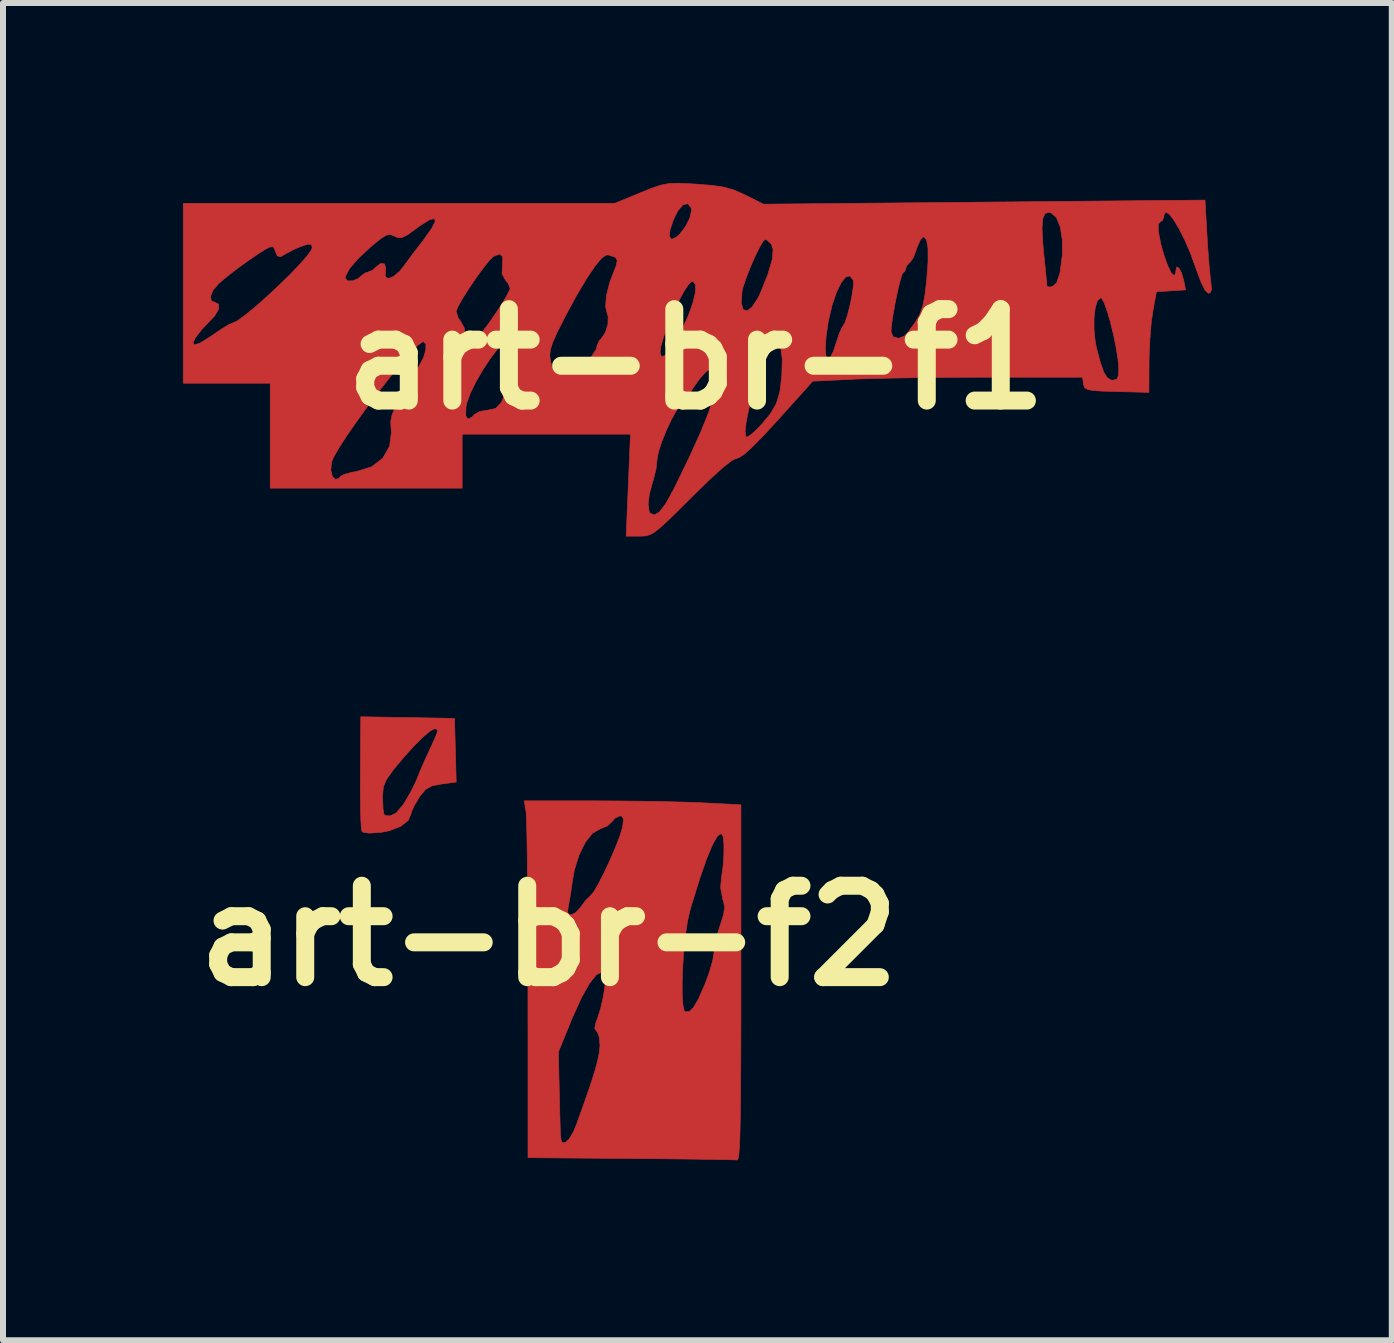
<source format=kicad_pcb>
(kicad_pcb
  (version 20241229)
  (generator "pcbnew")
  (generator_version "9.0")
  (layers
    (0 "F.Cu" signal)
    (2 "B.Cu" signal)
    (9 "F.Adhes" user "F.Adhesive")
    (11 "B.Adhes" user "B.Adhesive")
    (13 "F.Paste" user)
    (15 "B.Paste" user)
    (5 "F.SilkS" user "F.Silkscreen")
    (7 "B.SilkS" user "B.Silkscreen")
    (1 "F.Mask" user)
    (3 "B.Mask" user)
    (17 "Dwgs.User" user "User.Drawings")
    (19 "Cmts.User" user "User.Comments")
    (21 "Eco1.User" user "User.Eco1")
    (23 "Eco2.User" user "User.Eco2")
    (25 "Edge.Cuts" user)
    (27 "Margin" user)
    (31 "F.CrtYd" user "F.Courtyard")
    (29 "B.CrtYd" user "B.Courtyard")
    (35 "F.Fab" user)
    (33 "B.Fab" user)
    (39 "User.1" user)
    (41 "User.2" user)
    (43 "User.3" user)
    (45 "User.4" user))
  (footprint "art-br-f2"
    (layer "F.Cu")
    (at 6.103 12.552)
    (property "Reference" "art-br-f2" (at 0 0 0) (layer "F.SilkS") (effects (font (size 1.524 1.524) (thickness 0.3))))
    (attr through_hole)
    (fp_poly (pts (xy -2.356 -3.639) (xy -1.575 -3.625) (xy -1.547 -2.563) (xy -1.792 -2.531) (xy -1.953 -2.499) (xy -2.057 -2.441) (xy -2.15 -2.329) (xy -2.169 -2.3) (xy -2.247 -2.169) (xy -2.294 -2.064) (xy -2.3 -2.035) (xy -2.347 -1.923) (xy -2.473 -1.825) (xy -2.66 -1.752) (xy -2.806 -1.724) (xy -2.993 -1.712) (xy -3.101 -1.727) (xy -3.12 -1.742) (xy -3.13 -1.807) (xy -3.138 -1.955) (xy -3.143 -2.169) (xy -3.145 -2.337) (xy -2.775 -2.337) (xy -2.773 -2.275) (xy -2.767 -2.117) (xy -2.756 -2.035) (xy -2.731 -2.004) (xy -2.681 -2) (xy -2.649 -2) (xy -2.549 -2.047) (xy -2.432 -2.184) (xy -2.405 -2.226) (xy -2.309 -2.391) (xy -2.228 -2.552) (xy -2.202 -2.613) (xy -2.15 -2.744) (xy -2.072 -2.923) (xy -1.996 -3.088) (xy -1.913 -3.268) (xy -1.869 -3.375) (xy -1.858 -3.429) (xy -1.877 -3.448) (xy -1.914 -3.45) (xy -1.984 -3.413) (xy -2.1 -3.314) (xy -2.247 -3.169) (xy -2.408 -2.992) (xy -2.568 -2.801) (xy -2.608 -2.75) (xy -2.712 -2.603) (xy -2.762 -2.48) (xy -2.775 -2.337) (xy -3.145 -2.337) (xy -3.146 -2.433) (xy -3.145 -2.724) (xy -3.138 -3.652) (xy -2.356 -3.639)) (stroke (width 0.01) (type solid)) (fill yes) (layer "F.Cu"))
    (fp_poly (pts (xy 0.756 -2.25) (xy 1.136 -2.248) (xy 1.527 -2.244) (xy 1.903 -2.238) (xy 2.238 -2.229) (xy 2.506 -2.22) (xy 2.562 -2.217) (xy 3.2 -2.185) (xy 3.2 0.783) (xy 3.2 1.425) (xy 3.198 1.974) (xy 3.196 2.435) (xy 3.193 2.815) (xy 3.188 3.119) (xy 3.182 3.356) (xy 3.174 3.529) (xy 3.165 3.647) (xy 3.153 3.714) (xy 3.14 3.738) (xy 3.138 3.738) (xy 3.074 3.735) (xy 2.923 3.731) (xy 2.696 3.727) (xy 2.405 3.723) (xy 2.061 3.719) (xy 1.678 3.715) (xy 1.363 3.713) (xy -0.35 3.699) (xy -0.35 1.938) (xy 0.156 1.938) (xy 0.173 2.656) (xy 0.18 2.957) (xy 0.186 3.172) (xy 0.192 3.315) (xy 0.201 3.4) (xy 0.214 3.44) (xy 0.233 3.451) (xy 0.26 3.446) (xy 0.279 3.441) (xy 0.337 3.388) (xy 0.407 3.268) (xy 0.457 3.15) (xy 0.591 2.774) (xy 0.693 2.479) (xy 0.766 2.25) (xy 0.813 2.076) (xy 0.84 1.942) (xy 0.85 1.837) (xy 0.85 1.821) (xy 0.837 1.683) (xy 0.805 1.599) (xy 0.791 1.589) (xy 0.762 1.547) (xy 0.782 1.447) (xy 0.811 1.371) (xy 0.863 1.204) (xy 0.909 0.997) (xy 0.912 0.972) (xy 2.221 0.972) (xy 2.231 1.145) (xy 2.253 1.248) (xy 2.27 1.267) (xy 2.338 1.263) (xy 2.411 1.193) (xy 2.495 1.047) (xy 2.597 0.814) (xy 2.602 0.804) (xy 2.674 0.606) (xy 2.727 0.424) (xy 2.75 0.291) (xy 2.75 0.281) (xy 2.767 0.146) (xy 2.81 -0.035) (xy 2.853 -0.172) (xy 2.909 -0.349) (xy 2.928 -0.47) (xy 2.911 -0.569) (xy 2.897 -0.608) (xy 2.861 -0.804) (xy 2.875 -0.963) (xy 2.903 -1.161) (xy 2.916 -1.359) (xy 2.916 -1.533) (xy 2.902 -1.657) (xy 2.875 -1.706) (xy 2.811 -1.666) (xy 2.73 -1.528) (xy 2.632 -1.295) (xy 2.518 -0.969) (xy 2.388 -0.551) (xy 2.349 -0.419) (xy 2.309 -0.243) (xy 2.276 -0.018) (xy 2.249 0.235) (xy 2.231 0.498) (xy 2.221 0.75) (xy 2.221 0.972) (xy 0.912 0.972) (xy 0.926 0.887) (xy 0.942 0.722) (xy 0.936 0.634) (xy 0.906 0.602) (xy 0.887 0.6) (xy 0.791 0.648) (xy 0.676 0.792) (xy 0.543 1.028) (xy 0.395 1.354) (xy 0.363 1.431) (xy 0.156 1.938) (xy -0.35 1.938) (xy -0.351 0.912) (xy -0.351 0.387) (xy -0.353 -0.112) (xy -0.354 -0.386) (xy 0.31 -0.386) (xy 0.351 -0.351) (xy 0.368 -0.35) (xy 0.448 -0.389) (xy 0.532 -0.483) (xy 0.535 -0.487) (xy 0.618 -0.598) (xy 0.692 -0.668) (xy 0.747 -0.735) (xy 0.827 -0.872) (xy 0.921 -1.056) (xy 1.018 -1.264) (xy 1.108 -1.473) (xy 1.18 -1.659) (xy 1.223 -1.799) (xy 1.227 -1.816) (xy 1.242 -1.939) (xy 1.22 -1.992) (xy 1.182 -2) (xy 1.097 -1.96) (xy 1.054 -1.907) (xy 0.971 -1.83) (xy 0.853 -1.783) (xy 0.727 -1.711) (xy 0.605 -1.559) (xy 0.501 -1.347) (xy 0.422 -1.094) (xy 0.392 -0.925) (xy 0.365 -0.737) (xy 0.337 -0.569) (xy 0.321 -0.487) (xy 0.31 -0.386) (xy -0.354 -0.386) (xy -0.355 -0.576) (xy -0.359 -0.994) (xy -0.363 -1.358) (xy -0.368 -1.657) (xy -0.373 -1.882) (xy -0.379 -2.022) (xy -0.382 -2.063) (xy -0.413 -2.25) (xy 0.756 -2.25)) (stroke (width 0.01) (type solid)) (fill yes) (layer "F.Cu")))
  (footprint "art-br-f1"
    (layer "F.Cu")
    (at 8.555 2.939)
    (property "Reference" "art-br-f1" (at 0 0 0) (layer "F.SilkS") (effects (font (size 1.524 1.524) (thickness 0.3))))
    (attr through_hole)
    (fp_poly (pts (xy -0.107 -2.926) (xy 0.011 -2.918) (xy 0.27 -2.898) (xy 0.463 -2.869) (xy 0.621 -2.825) (xy 0.778 -2.758) (xy 0.825 -2.735) (xy 1.125 -2.585) (xy 4.805 -2.619) (xy 8.485 -2.653) (xy 8.518 -2.069) (xy 8.534 -1.816) (xy 8.552 -1.581) (xy 8.57 -1.392) (xy 8.582 -1.292) (xy 8.594 -1.162) (xy 8.57 -1.107) (xy 8.542 -1.1) (xy 8.488 -1.147) (xy 8.42 -1.283) (xy 8.34 -1.498) (xy 8.335 -1.512) (xy 8.247 -1.756) (xy 8.151 -1.98) (xy 8.054 -2.174) (xy 7.963 -2.325) (xy 7.886 -2.422) (xy 7.83 -2.454) (xy 7.802 -2.408) (xy 7.8 -2.375) (xy 7.773 -2.308) (xy 7.75 -2.3) (xy 7.708 -2.256) (xy 7.707 -2.128) (xy 7.748 -1.923) (xy 7.802 -1.73) (xy 7.866 -1.552) (xy 7.924 -1.437) (xy 7.971 -1.395) (xy 7.997 -1.435) (xy 8 -1.485) (xy 8.015 -1.54) (xy 8.05 -1.519) (xy 8.093 -1.44) (xy 8.128 -1.32) (xy 8.13 -1.314) (xy 8.161 -1.156) (xy 7.675 -1.125) (xy 7.615 -0.8) (xy 7.588 -0.602) (xy 7.567 -0.347) (xy 7.554 -0.077) (xy 7.552 0.039) (xy 7.55 0.553) (xy 7.013 0.539) (xy 6.775 0.532) (xy 6.62 0.522) (xy 6.528 0.505) (xy 6.482 0.478) (xy 6.463 0.436) (xy 6.459 0.412) (xy 6.443 0.3) (xy 4.879 0.3) (xy 4.453 0.301) (xy 4.023 0.304) (xy 3.608 0.309) (xy 3.231 0.315) (xy 2.909 0.323) (xy 2.664 0.331) (xy 2.631 0.333) (xy 1.946 0.366) (xy 1.368 1.008) (xy 1.121 1.276) (xy 0.931 1.469) (xy 0.794 1.591) (xy 0.704 1.646) (xy 0.682 1.65) (xy 0.597 1.688) (xy 0.449 1.804) (xy 0.237 1.996) (xy -0.04 2.265) (xy -0.075 2.3) (xy -0.305 2.529) (xy -0.477 2.697) (xy -0.604 2.813) (xy -0.699 2.887) (xy -0.775 2.928) (xy -0.845 2.946) (xy -0.922 2.95) (xy -0.944 2.95) (xy -1.165 2.95) (xy -1.143 2.42) (xy -0.799 2.42) (xy -0.782 2.541) (xy -0.765 2.568) (xy -0.695 2.597) (xy -0.612 2.548) (xy -0.511 2.417) (xy -0.388 2.197) (xy -0.35 2.123) (xy -0.114 1.637) (xy 0.071 1.23) (xy 0.083 1.2) (xy 0.818 1.2) (xy 0.828 1.287) (xy 0.846 1.3) (xy 0.906 1.266) (xy 1.005 1.178) (xy 1.079 1.102) (xy 1.237 0.914) (xy 1.338 0.74) (xy 1.397 0.545) (xy 1.428 0.291) (xy 1.43 0.252) (xy 1.437 -0.005) (xy 1.414 -0.169) (xy 1.399 -0.191) (xy 2.155 -0.191) (xy 2.164 -0.062) (xy 2.191 -0.004) (xy 2.233 -0.023) (xy 2.288 -0.128) (xy 2.338 -0.278) (xy 2.386 -0.423) (xy 2.4 -0.455) (xy 3.25 -0.455) (xy 3.288 -0.372) (xy 3.378 -0.349) (xy 3.475 -0.388) (xy 3.531 -0.449) (xy 3.561 -0.488) (xy 6.635 -0.488) (xy 6.656 -0.287) (xy 6.673 -0.2) (xy 6.739 0.05) (xy 6.797 0.216) (xy 6.856 0.31) (xy 6.923 0.348) (xy 6.949 0.35) (xy 7.016 0.333) (xy 7.044 0.264) (xy 7.048 0.163) (xy 7.034 -0.001) (xy 7.002 -0.202) (xy 6.957 -0.421) (xy 6.904 -0.635) (xy 6.849 -0.821) (xy 6.797 -0.957) (xy 6.754 -1.022) (xy 6.746 -1.025) (xy 6.693 -0.979) (xy 6.655 -0.859) (xy 6.635 -0.687) (xy 6.635 -0.488) (xy 3.561 -0.488) (xy 3.616 -0.562) (xy 3.66 -0.625) (xy 3.731 -0.748) (xy 3.78 -0.887) (xy 3.816 -1.071) (xy 3.843 -1.3) (xy 3.867 -1.617) (xy 3.867 -1.848) (xy 3.843 -1.99) (xy 3.796 -2.038) (xy 3.782 -2.036) (xy 3.734 -1.98) (xy 3.684 -1.863) (xy 3.672 -1.824) (xy 3.624 -1.697) (xy 3.572 -1.619) (xy 3.559 -1.611) (xy 3.505 -1.551) (xy 3.5 -1.521) (xy 3.475 -1.457) (xy 3.456 -1.45) (xy 3.431 -1.405) (xy 3.396 -1.285) (xy 3.356 -1.117) (xy 3.316 -0.924) (xy 3.282 -0.732) (xy 3.258 -0.565) (xy 3.25 -0.455) (xy 2.4 -0.455) (xy 2.43 -0.524) (xy 2.448 -0.55) (xy 2.485 -0.615) (xy 2.528 -0.747) (xy 2.57 -0.915) (xy 2.604 -1.087) (xy 2.624 -1.232) (xy 2.621 -1.318) (xy 2.62 -1.319) (xy 2.566 -1.389) (xy 2.497 -1.372) (xy 2.421 -1.279) (xy 2.343 -1.121) (xy 2.27 -0.91) (xy 2.21 -0.656) (xy 2.204 -0.628) (xy 2.168 -0.382) (xy 2.155 -0.191) (xy 1.399 -0.191) (xy 1.362 -0.243) (xy 1.278 -0.229) (xy 1.272 -0.224) (xy 1.212 -0.152) (xy 1.143 -0.011) (xy 1.07 0.179) (xy 0.997 0.399) (xy 0.93 0.63) (xy 0.874 0.853) (xy 0.835 1.049) (xy 0.818 1.2) (xy 0.083 1.2) (xy 0.206 0.897) (xy 0.294 0.632) (xy 0.337 0.428) (xy 0.336 0.282) (xy 0.305 0.202) (xy 0.259 0.16) (xy 0.197 0.185) (xy 0.148 0.227) (xy 0.056 0.33) (xy -0.047 0.476) (xy -0.085 0.538) (xy -0.169 0.67) (xy -0.242 0.765) (xy -0.267 0.788) (xy -0.332 0.864) (xy -0.412 1.007) (xy -0.497 1.188) (xy -0.573 1.378) (xy -0.628 1.548) (xy -0.65 1.669) (xy -0.65 1.67) (xy -0.667 1.826) (xy -0.711 2.006) (xy -0.725 2.05) (xy -0.779 2.247) (xy -0.799 2.42) (xy -1.143 2.42) (xy -1.129 2.1) (xy -1.094 1.25) (xy -3.9 1.25) (xy -3.9 2.15) (xy -7.1 2.15) (xy -7.1 1.85) (xy -6.09 1.85) (xy -6.064 1.952) (xy -6.014 2.004) (xy -5.952 1.985) (xy -5.927 1.953) (xy -5.864 1.919) (xy -5.737 1.885) (xy -5.661 1.872) (xy -5.412 1.794) (xy -5.224 1.651) (xy -5.11 1.453) (xy -5.079 1.216) (xy -5.084 1.165) (xy -5.091 1.043) (xy -5.071 0.941) (xy -3.84 0.941) (xy -3.807 0.998) (xy -3.738 0.966) (xy -3.7 0.925) (xy -3.608 0.872) (xy -3.48 0.85) (xy -3.342 0.822) (xy -3.248 0.722) (xy -3.242 0.713) (xy -3.202 0.612) (xy -3.156 0.452) (xy -3.11 0.257) (xy -3.068 0.051) (xy -3.048 -0.064) (xy -2.439 -0.064) (xy -2.429 0.023) (xy -2.399 0.144) (xy -2.356 0.188) (xy -2.273 0.181) (xy -2.259 0.177) (xy -2.1 0.14) (xy -1.987 0.116) (xy -1.862 0.058) (xy -1.743 -0.046) (xy -1.696 -0.117) (xy -0.6 -0.117) (xy -0.58 -0.046) (xy -0.525 -0.057) (xy -0.442 -0.143) (xy -0.34 -0.296) (xy -0.252 -0.458) (xy -0.134 -0.714) (xy -0.054 -0.936) (xy 0.753 -0.936) (xy 0.785 -0.828) (xy 0.85 -0.806) (xy 0.937 -0.872) (xy 1.037 -1.028) (xy 1.065 -1.087) (xy 1.196 -1.41) (xy 1.269 -1.66) (xy 1.284 -1.836) (xy 1.253 -1.921) (xy 1.184 -1.986) (xy 1.151 -2) (xy 1.111 -1.957) (xy 1.047 -1.844) (xy 0.971 -1.687) (xy 0.894 -1.509) (xy 0.827 -1.334) (xy 0.779 -1.188) (xy 0.766 -1.13) (xy 0.753 -0.936) (xy -0.054 -0.936) (xy -0.052 -0.941) (xy -0.009 -1.123) (xy -0.009 -1.247) (xy -0.054 -1.299) (xy -0.065 -1.3) (xy -0.12 -1.256) (xy -0.198 -1.139) (xy -0.289 -0.97) (xy -0.383 -0.771) (xy -0.471 -0.563) (xy -0.543 -0.367) (xy -0.589 -0.204) (xy -0.6 -0.117) (xy -1.696 -0.117) (xy -1.665 -0.164) (xy -1.65 -0.226) (xy -1.615 -0.308) (xy -1.578 -0.347) (xy -1.511 -0.447) (xy -1.469 -0.586) (xy -1.466 -0.715) (xy -1.482 -0.761) (xy -1.509 -0.882) (xy -1.494 -1.063) (xy -1.44 -1.278) (xy -1.387 -1.417) (xy -1.33 -1.564) (xy -1.315 -1.648) (xy -1.341 -1.695) (xy -1.354 -1.704) (xy -1.46 -1.738) (xy -1.5 -1.737) (xy -1.577 -1.683) (xy -1.688 -1.548) (xy -1.827 -1.341) (xy -1.986 -1.074) (xy -2.16 -0.755) (xy -2.204 -0.67) (xy -2.319 -0.441) (xy -2.392 -0.278) (xy -2.429 -0.16) (xy -2.439 -0.064) (xy -3.048 -0.064) (xy -3.035 -0.14) (xy -3.017 -0.292) (xy -3.018 -0.379) (xy -3.022 -0.389) (xy -3.085 -0.389) (xy -3.18 -0.316) (xy -3.298 -0.186) (xy -3.427 -0.016) (xy -3.555 0.177) (xy -3.671 0.378) (xy -3.765 0.57) (xy -3.824 0.735) (xy -3.836 0.795) (xy -3.84 0.941) (xy -5.071 0.941) (xy -5.068 0.925) (xy -5.007 0.781) (xy -4.92 0.618) (xy -4.81 0.426) (xy -4.702 0.245) (xy -4.618 0.112) (xy -4.614 0.106) (xy -4.543 -0.028) (xy -4.506 -0.156) (xy -4.504 -0.252) (xy -4.543 -0.291) (xy -4.562 -0.288) (xy -4.639 -0.233) (xy -4.76 -0.109) (xy -4.915 0.069) (xy -5.093 0.287) (xy -5.284 0.531) (xy -5.476 0.786) (xy -5.659 1.039) (xy -5.822 1.273) (xy -5.953 1.476) (xy -6.043 1.633) (xy -6.077 1.716) (xy -6.09 1.85) (xy -7.1 1.85) (xy -7.1 0.4) (xy -8.55 0.4) (xy -8.55 -0.271) (xy -8.389 -0.271) (xy -8.363 -0.239) (xy -8.27 -0.269) (xy -8.11 -0.367) (xy -8.064 -0.4) (xy -7.917 -0.5) (xy -7.799 -0.572) (xy -7.737 -0.6) (xy -7.737 -0.6) (xy -7.658 -0.634) (xy -7.528 -0.727) (xy -7.44 -0.798) (xy -4 -0.798) (xy -3.966 -0.688) (xy -3.925 -0.632) (xy -3.866 -0.525) (xy -3.85 -0.429) (xy -3.823 -0.326) (xy -3.751 -0.304) (xy -3.649 -0.361) (xy -3.582 -0.432) (xy -3.47 -0.579) (xy -3.351 -0.749) (xy -3.24 -0.918) (xy -3.154 -1.063) (xy -3.105 -1.161) (xy -3.1 -1.183) (xy -3.132 -1.263) (xy -3.18 -1.323) (xy -3.235 -1.424) (xy -3.228 -1.576) (xy -3.228 -1.577) (xy -3.223 -1.707) (xy -3.272 -1.754) (xy -3.374 -1.716) (xy -3.381 -1.712) (xy -3.449 -1.645) (xy -3.549 -1.519) (xy -3.667 -1.357) (xy -3.786 -1.181) (xy -3.891 -1.015) (xy -3.968 -0.881) (xy -4 -0.802) (xy -4 -0.798) (xy -7.44 -0.798) (xy -7.36 -0.863) (xy -7.17 -1.03) (xy -6.973 -1.214) (xy -6.831 -1.352) (xy -5.85 -1.352) (xy -5.813 -1.307) (xy -5.728 -1.306) (xy -5.635 -1.343) (xy -5.6 -1.375) (xy -5.518 -1.438) (xy -5.475 -1.45) (xy -5.393 -1.485) (xy -5.35 -1.525) (xy -5.26 -1.597) (xy -5.193 -1.589) (xy -5.173 -1.51) (xy -5.179 -1.475) (xy -5.182 -1.376) (xy -5.131 -1.345) (xy -5.044 -1.379) (xy -4.936 -1.473) (xy -4.872 -1.553) (xy -4.755 -1.712) (xy -4.615 -1.896) (xy -4.537 -1.997) (xy -4.505 -2.043) (xy -0.444 -2.043) (xy -0.408 -1.999) (xy -0.328 -2.035) (xy -0.277 -2.08) (xy -0.191 -2.191) (xy 5.768 -2.191) (xy 5.779 -1.96) (xy 5.798 -1.748) (xy 5.82 -1.534) (xy 5.837 -1.359) (xy 5.848 -1.246) (xy 5.85 -1.216) (xy 5.89 -1.204) (xy 5.938 -1.209) (xy 6.01 -1.271) (xy 6.063 -1.425) (xy 6.069 -1.451) (xy 6.106 -1.735) (xy 6.106 -1.992) (xy 6.072 -2.206) (xy 6.008 -2.362) (xy 5.917 -2.442) (xy 5.873 -2.45) (xy 5.814 -2.425) (xy 5.78 -2.342) (xy 5.768 -2.191) (xy -0.191 -2.191) (xy -0.176 -2.21) (xy -0.103 -2.356) (xy -0.075 -2.482) (xy -0.081 -2.522) (xy -0.139 -2.593) (xy -0.217 -2.575) (xy -0.303 -2.475) (xy -0.373 -2.337) (xy -0.434 -2.159) (xy -0.444 -2.043) (xy -4.505 -2.043) (xy -4.407 -2.181) (xy -4.349 -2.298) (xy -4.362 -2.346) (xy -4.446 -2.324) (xy -4.597 -2.23) (xy -4.678 -2.17) (xy -4.816 -2.071) (xy -4.906 -2.027) (xy -4.977 -2.029) (xy -5.028 -2.052) (xy -5.096 -2.078) (xy -5.163 -2.069) (xy -5.253 -2.014) (xy -5.39 -1.903) (xy -5.418 -1.879) (xy -5.63 -1.682) (xy -5.775 -1.515) (xy -5.845 -1.386) (xy -5.85 -1.352) (xy -6.831 -1.352) (xy -6.783 -1.398) (xy -6.617 -1.571) (xy -6.489 -1.716) (xy -6.413 -1.821) (xy -6.4 -1.859) (xy -6.412 -1.913) (xy -6.468 -1.918) (xy -6.562 -1.89) (xy -6.707 -1.83) (xy -6.824 -1.767) (xy -6.927 -1.709) (xy -6.983 -1.723) (xy -7.015 -1.804) (xy -7.047 -1.874) (xy -7.106 -1.871) (xy -7.159 -1.846) (xy -7.29 -1.765) (xy -7.467 -1.643) (xy -7.66 -1.503) (xy -7.836 -1.366) (xy -7.963 -1.258) (xy -8.057 -1.144) (xy -8.097 -1.04) (xy -8.078 -0.968) (xy -8.025 -0.95) (xy -7.96 -0.917) (xy -7.961 -0.835) (xy -8.023 -0.727) (xy -8.062 -0.684) (xy -8.239 -0.499) (xy -8.347 -0.359) (xy -8.389 -0.271) (xy -8.55 -0.271) (xy -8.55 -2.6) (xy -1.351 -2.6) (xy -0.928 -2.775) (xy -0.733 -2.854) (xy -0.587 -2.903) (xy -0.456 -2.928) (xy -0.307 -2.934) (xy -0.107 -2.926)) (stroke (width 0.01) (type solid)) (fill yes) (layer "F.Cu")))
  (gr_rect
    (start -3 -3)
    (end 20.154 19.295)
    (stroke (width 0.1) (type default))
    (fill no)
    (layer "Edge.Cuts")))
</source>
